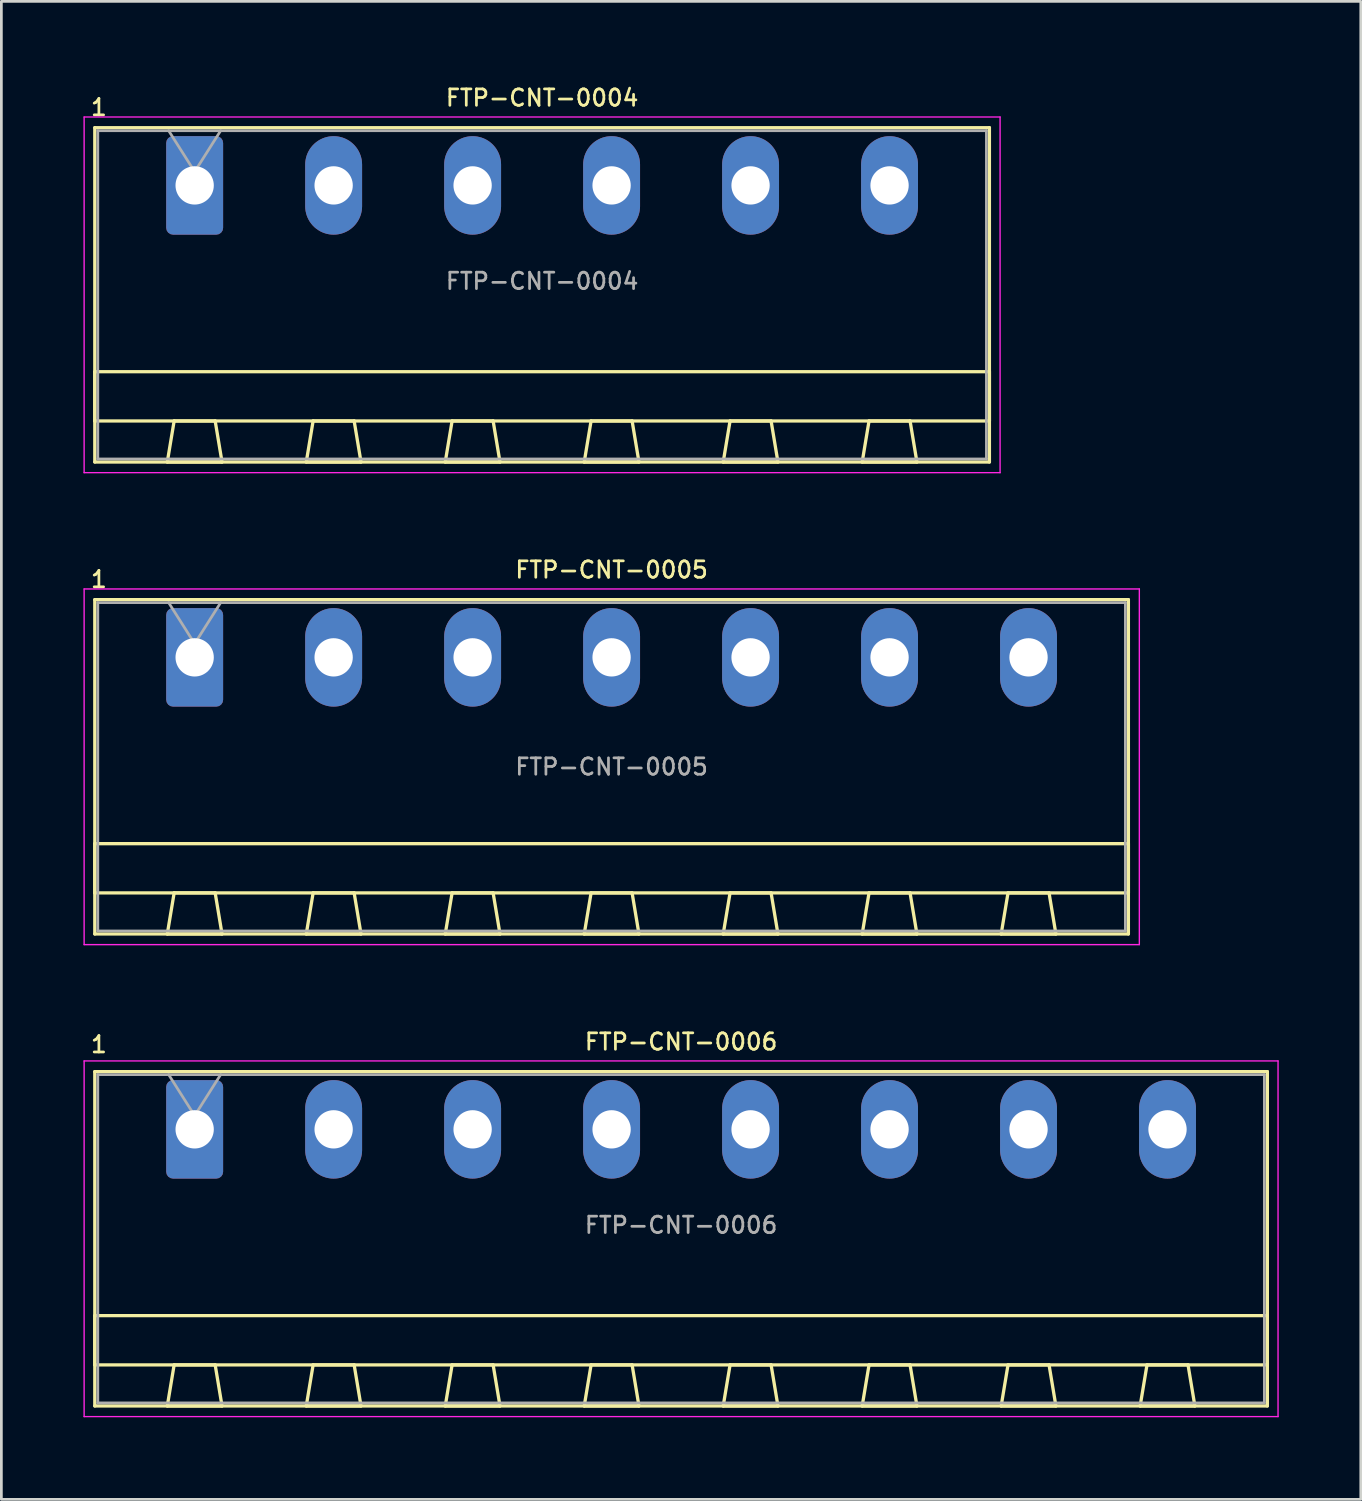
<source format=kicad_pcb>
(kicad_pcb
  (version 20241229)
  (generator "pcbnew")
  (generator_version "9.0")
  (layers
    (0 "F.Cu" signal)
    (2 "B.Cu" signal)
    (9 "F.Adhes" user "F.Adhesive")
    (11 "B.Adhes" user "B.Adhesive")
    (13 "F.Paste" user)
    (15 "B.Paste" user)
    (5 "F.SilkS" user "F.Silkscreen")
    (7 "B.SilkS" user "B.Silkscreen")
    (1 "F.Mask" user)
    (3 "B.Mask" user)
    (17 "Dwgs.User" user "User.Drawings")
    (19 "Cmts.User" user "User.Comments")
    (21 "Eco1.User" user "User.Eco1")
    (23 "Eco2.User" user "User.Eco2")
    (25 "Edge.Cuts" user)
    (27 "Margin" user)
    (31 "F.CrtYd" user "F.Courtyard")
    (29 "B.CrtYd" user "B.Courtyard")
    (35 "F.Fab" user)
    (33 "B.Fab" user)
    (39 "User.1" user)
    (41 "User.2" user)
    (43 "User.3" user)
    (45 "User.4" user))
  (footprint "FTP-CNT-0005"
    (layer "F.Cu")
    (at 4.065 20.978)
    (property "Reference" "FTP-CNT-0005" (at 15.24 -3.2 0) (layer "F.SilkS") (effects (font (size 0.6 0.6) (thickness 0.1) (bold yes))))
    (attr through_hole)
    (fp_line (start -3.65 -2.11) (end -3.65 10.11) (stroke (width 0.12) (type solid)) (layer "F.SilkS"))
    (fp_line (start -3.65 6.81) (end 34.13 6.81) (stroke (width 0.12) (type solid)) (layer "F.SilkS"))
    (fp_line (start -3.65 8.61) (end -3.65 6.81) (stroke (width 0.12) (type solid)) (layer "F.SilkS"))
    (fp_line (start -3.65 10.11) (end 34.13 10.11) (stroke (width 0.12) (type solid)) (layer "F.SilkS"))
    (fp_line (start -1 10.11) (end 1 10.11) (stroke (width 0.12) (type solid)) (layer "F.SilkS"))
    (fp_line (start -0.75 8.61) (end -1 10.11) (stroke (width 0.12) (type solid)) (layer "F.SilkS"))
    (fp_line (start 0.75 8.61) (end -0.75 8.61) (stroke (width 0.12) (type solid)) (layer "F.SilkS"))
    (fp_line (start 1 10.11) (end 0.75 8.61) (stroke (width 0.12) (type solid)) (layer "F.SilkS"))
    (fp_line (start 4.08 10.11) (end 6.08 10.11) (stroke (width 0.12) (type solid)) (layer "F.SilkS"))
    (fp_line (start 4.33 8.61) (end 4.08 10.11) (stroke (width 0.12) (type solid)) (layer "F.SilkS"))
    (fp_line (start 5.83 8.61) (end 4.33 8.61) (stroke (width 0.12) (type solid)) (layer "F.SilkS"))
    (fp_line (start 6.08 10.11) (end 5.83 8.61) (stroke (width 0.12) (type solid)) (layer "F.SilkS"))
    (fp_line (start 9.16 10.11) (end 11.16 10.11) (stroke (width 0.12) (type solid)) (layer "F.SilkS"))
    (fp_line (start 9.41 8.61) (end 9.16 10.11) (stroke (width 0.12) (type solid)) (layer "F.SilkS"))
    (fp_line (start 10.91 8.61) (end 9.41 8.61) (stroke (width 0.12) (type solid)) (layer "F.SilkS"))
    (fp_line (start 11.16 10.11) (end 10.91 8.61) (stroke (width 0.12) (type solid)) (layer "F.SilkS"))
    (fp_line (start 14.24 10.11) (end 16.24 10.11) (stroke (width 0.12) (type solid)) (layer "F.SilkS"))
    (fp_line (start 14.49 8.61) (end 14.24 10.11) (stroke (width 0.12) (type solid)) (layer "F.SilkS"))
    (fp_line (start 15.99 8.61) (end 14.49 8.61) (stroke (width 0.12) (type solid)) (layer "F.SilkS"))
    (fp_line (start 16.24 10.11) (end 15.99 8.61) (stroke (width 0.12) (type solid)) (layer "F.SilkS"))
    (fp_line (start 19.32 10.11) (end 21.32 10.11) (stroke (width 0.12) (type solid)) (layer "F.SilkS"))
    (fp_line (start 19.57 8.61) (end 19.32 10.11) (stroke (width 0.12) (type solid)) (layer "F.SilkS"))
    (fp_line (start 21.07 8.61) (end 19.57 8.61) (stroke (width 0.12) (type solid)) (layer "F.SilkS"))
    (fp_line (start 21.32 10.11) (end 21.07 8.61) (stroke (width 0.12) (type solid)) (layer "F.SilkS"))
    (fp_line (start 24.4 10.11) (end 26.4 10.11) (stroke (width 0.12) (type solid)) (layer "F.SilkS"))
    (fp_line (start 24.65 8.61) (end 24.4 10.11) (stroke (width 0.12) (type solid)) (layer "F.SilkS"))
    (fp_line (start 26.15 8.61) (end 24.65 8.61) (stroke (width 0.12) (type solid)) (layer "F.SilkS"))
    (fp_line (start 26.4 10.11) (end 26.15 8.61) (stroke (width 0.12) (type solid)) (layer "F.SilkS"))
    (fp_line (start 29.48 10.11) (end 31.48 10.11) (stroke (width 0.12) (type solid)) (layer "F.SilkS"))
    (fp_line (start 29.73 8.61) (end 29.48 10.11) (stroke (width 0.12) (type solid)) (layer "F.SilkS"))
    (fp_line (start 31.23 8.61) (end 29.73 8.61) (stroke (width 0.12) (type solid)) (layer "F.SilkS"))
    (fp_line (start 31.48 10.11) (end 31.23 8.61) (stroke (width 0.12) (type solid)) (layer "F.SilkS"))
    (fp_line (start 34.13 -2.11) (end -3.65 -2.11) (stroke (width 0.12) (type solid)) (layer "F.SilkS"))
    (fp_line (start 34.13 6.81) (end 34.13 8.61) (stroke (width 0.12) (type solid)) (layer "F.SilkS"))
    (fp_line (start 34.13 8.61) (end -3.65 8.61) (stroke (width 0.12) (type solid)) (layer "F.SilkS"))
    (fp_line (start 34.13 10.11) (end 34.13 -2.11) (stroke (width 0.12) (type solid)) (layer "F.SilkS"))
    (fp_line (start -4.04 -2.5) (end -4.04 10.5) (stroke (width 0.05) (type solid)) (layer "F.CrtYd"))
    (fp_line (start -4.04 10.5) (end 34.53 10.5) (stroke (width 0.05) (type solid)) (layer "F.CrtYd"))
    (fp_line (start 34.53 -2.5) (end -4.04 -2.5) (stroke (width 0.05) (type solid)) (layer "F.CrtYd"))
    (fp_line (start 34.53 10.5) (end 34.53 -2.5) (stroke (width 0.05) (type solid)) (layer "F.CrtYd"))
    (fp_line (start -3.54 -2) (end -3.54 10) (stroke (width 0.1) (type solid)) (layer "F.Fab"))
    (fp_line (start -3.54 10) (end 34.02 10) (stroke (width 0.1) (type solid)) (layer "F.Fab"))
    (fp_line (start 0 -0.5) (end -0.95 -2) (stroke (width 0.1) (type solid)) (layer "F.Fab"))
    (fp_line (start 0.95 -2) (end 0 -0.5) (stroke (width 0.1) (type solid)) (layer "F.Fab"))
    (fp_line (start 34.02 -2) (end -3.54 -2) (stroke (width 0.1) (type solid)) (layer "F.Fab"))
    (fp_line (start 34.02 10) (end 34.02 -2) (stroke (width 0.1) (type solid)) (layer "F.Fab"))
    (fp_text user "1" (at -3.5 -2.5 0) (unlocked yes) (layer "F.SilkS") (effects (font (size 0.6 0.6) (thickness 0.1) (bold yes)) (justify bottom)))
    (fp_text user "${REFERENCE}" (at 15.24 4 0) (layer "F.Fab") (effects (font (size 0.6 0.6) (thickness 0.1) (bold yes))))
    (pad "1" thru_hole roundrect (at 0 0) (size 2.08 3.6) (drill 1.4) (layers "*.Cu" "*.Mask") (roundrect_rratio 0.12))
    (pad "2" thru_hole oval (at 5.08 0) (size 2.08 3.6) (drill 1.4) (layers "*.Cu" "*.Mask"))
    (pad "3" thru_hole oval (at 10.16 0) (size 2.08 3.6) (drill 1.4) (layers "*.Cu" "*.Mask"))
    (pad "4" thru_hole oval (at 15.24 0) (size 2.08 3.6) (drill 1.4) (layers "*.Cu" "*.Mask"))
    (pad "5" thru_hole oval (at 20.32 0) (size 2.08 3.6) (drill 1.4) (layers "*.Cu" "*.Mask"))
    (pad "6" thru_hole oval (at 25.4 0) (size 2.08 3.6) (drill 1.4) (layers "*.Cu" "*.Mask"))
    (pad "7" thru_hole oval (at 30.48 0) (size 2.08 3.6) (drill 1.4) (layers "*.Cu" "*.Mask")))
  (footprint "FTP-CNT-0004"
    (layer "F.Cu")
    (at 4.065 3.727)
    (property "Reference" "FTP-CNT-0004" (at 12.7 -3.2 0) (layer "F.SilkS") (effects (font (size 0.6 0.6) (thickness 0.1) (bold yes))))
    (attr through_hole)
    (fp_line (start -3.65 -2.11) (end -3.65 10.11) (stroke (width 0.12) (type solid)) (layer "F.SilkS"))
    (fp_line (start -3.65 6.81) (end 29.05 6.81) (stroke (width 0.12) (type solid)) (layer "F.SilkS"))
    (fp_line (start -3.65 8.61) (end -3.65 6.81) (stroke (width 0.12) (type solid)) (layer "F.SilkS"))
    (fp_line (start -3.65 10.11) (end 29.05 10.11) (stroke (width 0.12) (type solid)) (layer "F.SilkS"))
    (fp_line (start -1 10.11) (end 1 10.11) (stroke (width 0.12) (type solid)) (layer "F.SilkS"))
    (fp_line (start -0.75 8.61) (end -1 10.11) (stroke (width 0.12) (type solid)) (layer "F.SilkS"))
    (fp_line (start 0.75 8.61) (end -0.75 8.61) (stroke (width 0.12) (type solid)) (layer "F.SilkS"))
    (fp_line (start 1 10.11) (end 0.75 8.61) (stroke (width 0.12) (type solid)) (layer "F.SilkS"))
    (fp_line (start 4.08 10.11) (end 6.08 10.11) (stroke (width 0.12) (type solid)) (layer "F.SilkS"))
    (fp_line (start 4.33 8.61) (end 4.08 10.11) (stroke (width 0.12) (type solid)) (layer "F.SilkS"))
    (fp_line (start 5.83 8.61) (end 4.33 8.61) (stroke (width 0.12) (type solid)) (layer "F.SilkS"))
    (fp_line (start 6.08 10.11) (end 5.83 8.61) (stroke (width 0.12) (type solid)) (layer "F.SilkS"))
    (fp_line (start 9.16 10.11) (end 11.16 10.11) (stroke (width 0.12) (type solid)) (layer "F.SilkS"))
    (fp_line (start 9.41 8.61) (end 9.16 10.11) (stroke (width 0.12) (type solid)) (layer "F.SilkS"))
    (fp_line (start 10.91 8.61) (end 9.41 8.61) (stroke (width 0.12) (type solid)) (layer "F.SilkS"))
    (fp_line (start 11.16 10.11) (end 10.91 8.61) (stroke (width 0.12) (type solid)) (layer "F.SilkS"))
    (fp_line (start 14.24 10.11) (end 16.24 10.11) (stroke (width 0.12) (type solid)) (layer "F.SilkS"))
    (fp_line (start 14.49 8.61) (end 14.24 10.11) (stroke (width 0.12) (type solid)) (layer "F.SilkS"))
    (fp_line (start 15.99 8.61) (end 14.49 8.61) (stroke (width 0.12) (type solid)) (layer "F.SilkS"))
    (fp_line (start 16.24 10.11) (end 15.99 8.61) (stroke (width 0.12) (type solid)) (layer "F.SilkS"))
    (fp_line (start 19.32 10.11) (end 21.32 10.11) (stroke (width 0.12) (type solid)) (layer "F.SilkS"))
    (fp_line (start 19.57 8.61) (end 19.32 10.11) (stroke (width 0.12) (type solid)) (layer "F.SilkS"))
    (fp_line (start 21.07 8.61) (end 19.57 8.61) (stroke (width 0.12) (type solid)) (layer "F.SilkS"))
    (fp_line (start 21.32 10.11) (end 21.07 8.61) (stroke (width 0.12) (type solid)) (layer "F.SilkS"))
    (fp_line (start 24.4 10.11) (end 26.4 10.11) (stroke (width 0.12) (type solid)) (layer "F.SilkS"))
    (fp_line (start 24.65 8.61) (end 24.4 10.11) (stroke (width 0.12) (type solid)) (layer "F.SilkS"))
    (fp_line (start 26.15 8.61) (end 24.65 8.61) (stroke (width 0.12) (type solid)) (layer "F.SilkS"))
    (fp_line (start 26.4 10.11) (end 26.15 8.61) (stroke (width 0.12) (type solid)) (layer "F.SilkS"))
    (fp_line (start 29.05 -2.11) (end -3.65 -2.11) (stroke (width 0.12) (type solid)) (layer "F.SilkS"))
    (fp_line (start 29.05 6.81) (end 29.05 8.61) (stroke (width 0.12) (type solid)) (layer "F.SilkS"))
    (fp_line (start 29.05 8.61) (end -3.65 8.61) (stroke (width 0.12) (type solid)) (layer "F.SilkS"))
    (fp_line (start 29.05 10.11) (end 29.05 -2.11) (stroke (width 0.12) (type solid)) (layer "F.SilkS"))
    (fp_line (start -4.04 -2.5) (end -4.04 10.5) (stroke (width 0.05) (type solid)) (layer "F.CrtYd"))
    (fp_line (start -4.04 10.5) (end 29.44 10.5) (stroke (width 0.05) (type solid)) (layer "F.CrtYd"))
    (fp_line (start 29.44 -2.5) (end -4.04 -2.5) (stroke (width 0.05) (type solid)) (layer "F.CrtYd"))
    (fp_line (start 29.44 10.5) (end 29.44 -2.5) (stroke (width 0.05) (type solid)) (layer "F.CrtYd"))
    (fp_line (start -3.54 -2) (end -3.54 10) (stroke (width 0.1) (type solid)) (layer "F.Fab"))
    (fp_line (start -3.54 10) (end 28.94 10) (stroke (width 0.1) (type solid)) (layer "F.Fab"))
    (fp_line (start 0 -0.5) (end -0.95 -2) (stroke (width 0.1) (type solid)) (layer "F.Fab"))
    (fp_line (start 0.95 -2) (end 0 -0.5) (stroke (width 0.1) (type solid)) (layer "F.Fab"))
    (fp_line (start 28.94 -2) (end -3.54 -2) (stroke (width 0.1) (type solid)) (layer "F.Fab"))
    (fp_line (start 28.94 10) (end 28.94 -2) (stroke (width 0.1) (type solid)) (layer "F.Fab"))
    (fp_text user "1" (at -3.5 -2.5 0) (unlocked yes) (layer "F.SilkS") (effects (font (size 0.6 0.6) (thickness 0.1) (bold yes)) (justify bottom)))
    (fp_text user "${REFERENCE}" (at 12.7 3.5 0) (layer "F.Fab") (effects (font (size 0.6 0.6) (thickness 0.1) (bold yes))))
    (pad "1" thru_hole roundrect (at 0 0) (size 2.08 3.6) (drill 1.4) (layers "*.Cu" "*.Mask") (roundrect_rratio 0.12))
    (pad "2" thru_hole oval (at 5.08 0) (size 2.08 3.6) (drill 1.4) (layers "*.Cu" "*.Mask"))
    (pad "3" thru_hole oval (at 10.16 0) (size 2.08 3.6) (drill 1.4) (layers "*.Cu" "*.Mask"))
    (pad "4" thru_hole oval (at 15.24 0) (size 2.08 3.6) (drill 1.4) (layers "*.Cu" "*.Mask"))
    (pad "5" thru_hole oval (at 20.32 0) (size 2.08 3.6) (drill 1.4) (layers "*.Cu" "*.Mask"))
    (pad "6" thru_hole oval (at 25.4 0) (size 2.08 3.6) (drill 1.4) (layers "*.Cu" "*.Mask")))
  (footprint "FTP-CNT-0006"
    (layer "F.Cu")
    (at 4.065 38.23)
    (property "Reference" "FTP-CNT-0006" (at 17.78 -3.2 0) (layer "F.SilkS") (effects (font (size 0.6 0.6) (thickness 0.1) (bold yes))))
    (attr through_hole)
    (fp_line (start -3.65 -2.11) (end -3.65 10.11) (stroke (width 0.12) (type solid)) (layer "F.SilkS"))
    (fp_line (start -3.65 6.81) (end 39.21 6.81) (stroke (width 0.12) (type solid)) (layer "F.SilkS"))
    (fp_line (start -3.65 8.61) (end -3.65 6.81) (stroke (width 0.12) (type solid)) (layer "F.SilkS"))
    (fp_line (start -3.65 10.11) (end 39.21 10.11) (stroke (width 0.12) (type solid)) (layer "F.SilkS"))
    (fp_line (start -1 10.11) (end 1 10.11) (stroke (width 0.12) (type solid)) (layer "F.SilkS"))
    (fp_line (start -0.75 8.61) (end -1 10.11) (stroke (width 0.12) (type solid)) (layer "F.SilkS"))
    (fp_line (start 0.75 8.61) (end -0.75 8.61) (stroke (width 0.12) (type solid)) (layer "F.SilkS"))
    (fp_line (start 1 10.11) (end 0.75 8.61) (stroke (width 0.12) (type solid)) (layer "F.SilkS"))
    (fp_line (start 4.08 10.11) (end 6.08 10.11) (stroke (width 0.12) (type solid)) (layer "F.SilkS"))
    (fp_line (start 4.33 8.61) (end 4.08 10.11) (stroke (width 0.12) (type solid)) (layer "F.SilkS"))
    (fp_line (start 5.83 8.61) (end 4.33 8.61) (stroke (width 0.12) (type solid)) (layer "F.SilkS"))
    (fp_line (start 6.08 10.11) (end 5.83 8.61) (stroke (width 0.12) (type solid)) (layer "F.SilkS"))
    (fp_line (start 9.16 10.11) (end 11.16 10.11) (stroke (width 0.12) (type solid)) (layer "F.SilkS"))
    (fp_line (start 9.41 8.61) (end 9.16 10.11) (stroke (width 0.12) (type solid)) (layer "F.SilkS"))
    (fp_line (start 10.91 8.61) (end 9.41 8.61) (stroke (width 0.12) (type solid)) (layer "F.SilkS"))
    (fp_line (start 11.16 10.11) (end 10.91 8.61) (stroke (width 0.12) (type solid)) (layer "F.SilkS"))
    (fp_line (start 14.24 10.11) (end 16.24 10.11) (stroke (width 0.12) (type solid)) (layer "F.SilkS"))
    (fp_line (start 14.49 8.61) (end 14.24 10.11) (stroke (width 0.12) (type solid)) (layer "F.SilkS"))
    (fp_line (start 15.99 8.61) (end 14.49 8.61) (stroke (width 0.12) (type solid)) (layer "F.SilkS"))
    (fp_line (start 16.24 10.11) (end 15.99 8.61) (stroke (width 0.12) (type solid)) (layer "F.SilkS"))
    (fp_line (start 19.32 10.11) (end 21.32 10.11) (stroke (width 0.12) (type solid)) (layer "F.SilkS"))
    (fp_line (start 19.57 8.61) (end 19.32 10.11) (stroke (width 0.12) (type solid)) (layer "F.SilkS"))
    (fp_line (start 21.07 8.61) (end 19.57 8.61) (stroke (width 0.12) (type solid)) (layer "F.SilkS"))
    (fp_line (start 21.32 10.11) (end 21.07 8.61) (stroke (width 0.12) (type solid)) (layer "F.SilkS"))
    (fp_line (start 24.4 10.11) (end 26.4 10.11) (stroke (width 0.12) (type solid)) (layer "F.SilkS"))
    (fp_line (start 24.65 8.61) (end 24.4 10.11) (stroke (width 0.12) (type solid)) (layer "F.SilkS"))
    (fp_line (start 26.15 8.61) (end 24.65 8.61) (stroke (width 0.12) (type solid)) (layer "F.SilkS"))
    (fp_line (start 26.4 10.11) (end 26.15 8.61) (stroke (width 0.12) (type solid)) (layer "F.SilkS"))
    (fp_line (start 29.48 10.11) (end 31.48 10.11) (stroke (width 0.12) (type solid)) (layer "F.SilkS"))
    (fp_line (start 29.73 8.61) (end 29.48 10.11) (stroke (width 0.12) (type solid)) (layer "F.SilkS"))
    (fp_line (start 31.23 8.61) (end 29.73 8.61) (stroke (width 0.12) (type solid)) (layer "F.SilkS"))
    (fp_line (start 31.48 10.11) (end 31.23 8.61) (stroke (width 0.12) (type solid)) (layer "F.SilkS"))
    (fp_line (start 34.56 10.11) (end 36.56 10.11) (stroke (width 0.12) (type solid)) (layer "F.SilkS"))
    (fp_line (start 34.81 8.61) (end 34.56 10.11) (stroke (width 0.12) (type solid)) (layer "F.SilkS"))
    (fp_line (start 36.31 8.61) (end 34.81 8.61) (stroke (width 0.12) (type solid)) (layer "F.SilkS"))
    (fp_line (start 36.56 10.11) (end 36.31 8.61) (stroke (width 0.12) (type solid)) (layer "F.SilkS"))
    (fp_line (start 39.21 -2.11) (end -3.65 -2.11) (stroke (width 0.12) (type solid)) (layer "F.SilkS"))
    (fp_line (start 39.21 6.81) (end 39.21 8.61) (stroke (width 0.12) (type solid)) (layer "F.SilkS"))
    (fp_line (start 39.21 8.61) (end -3.65 8.61) (stroke (width 0.12) (type solid)) (layer "F.SilkS"))
    (fp_line (start 39.21 10.11) (end 39.21 -2.11) (stroke (width 0.12) (type solid)) (layer "F.SilkS"))
    (fp_line (start -4.04 -2.5) (end -4.04 10.5) (stroke (width 0.05) (type solid)) (layer "F.CrtYd"))
    (fp_line (start -4.04 10.5) (end 39.6 10.5) (stroke (width 0.05) (type solid)) (layer "F.CrtYd"))
    (fp_line (start 39.6 -2.5) (end -4.04 -2.5) (stroke (width 0.05) (type solid)) (layer "F.CrtYd"))
    (fp_line (start 39.6 10.5) (end 39.6 -2.5) (stroke (width 0.05) (type solid)) (layer "F.CrtYd"))
    (fp_line (start -3.54 -2) (end -3.54 10) (stroke (width 0.1) (type solid)) (layer "F.Fab"))
    (fp_line (start -3.54 10) (end 39.1 10) (stroke (width 0.1) (type solid)) (layer "F.Fab"))
    (fp_line (start 0 -0.5) (end -0.95 -2) (stroke (width 0.1) (type solid)) (layer "F.Fab"))
    (fp_line (start 0.95 -2) (end 0 -0.5) (stroke (width 0.1) (type solid)) (layer "F.Fab"))
    (fp_line (start 39.1 -2) (end -3.54 -2) (stroke (width 0.1) (type solid)) (layer "F.Fab"))
    (fp_line (start 39.1 10) (end 39.1 -2) (stroke (width 0.1) (type solid)) (layer "F.Fab"))
    (fp_text user "1" (at -3.5 -2.75 0) (unlocked yes) (layer "F.SilkS") (effects (font (size 0.6 0.6) (thickness 0.1) (bold yes)) (justify bottom)))
    (fp_text user "${REFERENCE}" (at 17.78 3.5 0) (layer "F.Fab") (effects (font (size 0.6 0.6) (thickness 0.1) (bold yes))))
    (pad "1" thru_hole roundrect (at 0 0) (size 2.08 3.6) (drill 1.4) (layers "*.Cu" "*.Mask") (roundrect_rratio 0.12))
    (pad "2" thru_hole oval (at 5.08 0) (size 2.08 3.6) (drill 1.4) (layers "*.Cu" "*.Mask"))
    (pad "3" thru_hole oval (at 10.16 0) (size 2.08 3.6) (drill 1.4) (layers "*.Cu" "*.Mask"))
    (pad "4" thru_hole oval (at 15.24 0) (size 2.08 3.6) (drill 1.4) (layers "*.Cu" "*.Mask"))
    (pad "5" thru_hole oval (at 20.32 0) (size 2.08 3.6) (drill 1.4) (layers "*.Cu" "*.Mask"))
    (pad "6" thru_hole oval (at 25.4 0) (size 2.08 3.6) (drill 1.4) (layers "*.Cu" "*.Mask"))
    (pad "7" thru_hole oval (at 30.48 0) (size 2.08 3.6) (drill 1.4) (layers "*.Cu" "*.Mask"))
    (pad "8" thru_hole oval (at 35.56 0) (size 2.08 3.6) (drill 1.4) (layers "*.Cu" "*.Mask")))
  (gr_rect
    (start -3 -3)
    (end 46.69 51.755)
    (stroke (width 0.1) (type default))
    (fill no)
    (layer "Edge.Cuts")))
</source>
